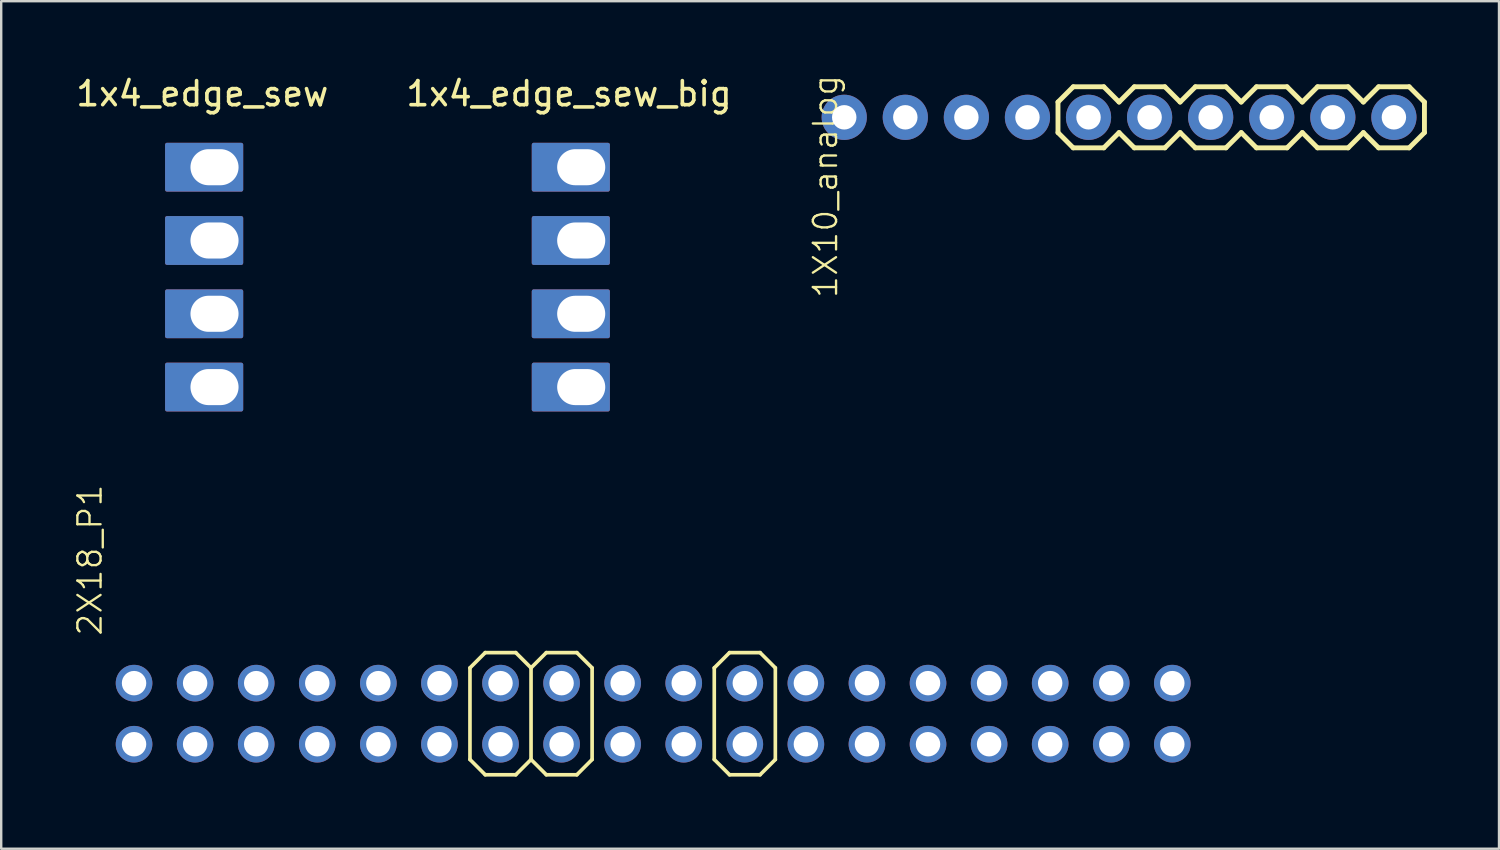
<source format=kicad_pcb>
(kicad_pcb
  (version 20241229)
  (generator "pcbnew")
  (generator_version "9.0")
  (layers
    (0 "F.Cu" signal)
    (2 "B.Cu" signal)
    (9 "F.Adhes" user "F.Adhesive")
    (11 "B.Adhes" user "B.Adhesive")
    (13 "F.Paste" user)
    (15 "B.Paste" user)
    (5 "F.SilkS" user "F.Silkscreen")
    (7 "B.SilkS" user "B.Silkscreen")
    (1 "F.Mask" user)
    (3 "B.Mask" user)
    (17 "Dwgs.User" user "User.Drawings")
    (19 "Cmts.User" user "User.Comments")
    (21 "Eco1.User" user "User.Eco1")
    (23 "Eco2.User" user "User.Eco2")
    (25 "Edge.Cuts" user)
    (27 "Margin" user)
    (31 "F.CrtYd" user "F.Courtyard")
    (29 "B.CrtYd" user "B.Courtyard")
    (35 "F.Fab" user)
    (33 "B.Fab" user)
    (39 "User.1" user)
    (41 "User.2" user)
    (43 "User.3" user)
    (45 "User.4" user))
  (footprint "1x4_edge_sew_big"
    (layer "F.Cu")
    (at 20.613 0.348)
    (property "Reference" "1x4_edge_sew_big" (at 0 0.5 0) (layer "F.SilkS") (effects (font (size 1 1) (thickness 0.15))))
    (attr through_hole)
    (pad "1" thru_hole custom (at 0.508 3.556) (size 2 2) (drill oval 2 1.5) (layers "*.Cu" "*.Mask") (options (anchor circle)) (primitives (gr_poly (pts (xy -1.981 -0.94) (xy -1.981 0.94) (xy 1.118 0.94) (xy 1.118 -0.94)) (width 0.15) (fill yes))))
    (pad "2" thru_hole custom (at 0.508 6.604) (size 2 2) (drill oval 2 1.5) (layers "*.Cu" "*.Mask") (options (anchor circle)) (primitives (gr_poly (pts (xy -1.981 -0.94) (xy -1.981 0.94) (xy 1.118 0.94) (xy 1.118 -0.94)) (width 0.15) (fill yes))))
    (pad "3" thru_hole custom (at 0.508 9.652) (size 2 2) (drill oval 2 1.5) (layers "*.Cu" "*.Mask") (options (anchor circle)) (primitives (gr_poly (pts (xy -1.981 -0.94) (xy -1.981 0.94) (xy 1.118 0.94) (xy 1.118 -0.94)) (width 0.15) (fill yes))))
    (pad "4" thru_hole custom (at 0.508 12.7) (size 2 2) (drill oval 2 1.5) (layers "*.Cu" "*.Mask") (options (anchor circle)) (primitives (gr_poly (pts (xy -1.981 -0.94) (xy -1.981 0.94) (xy 1.118 0.94) (xy 1.118 -0.94)) (width 0.15) (fill yes)))))
  (footprint "1X10_analog"
    (layer "F.Cu")
    (at 32.06 1.829)
    (property "Reference" "1X10_analog" (at -1.346 -1.829 270) (layer "F.SilkS") (effects (font (size 0.965 0.965) (thickness 0.097)) (justify right top)))
    (attr through_hole)
    (fp_line (start 8.89 -0.635) (end 8.89 0.635) (stroke (width 0.203) (type solid)) (layer "F.SilkS"))
    (fp_line (start 8.89 -0.635) (end 9.525 -1.27) (stroke (width 0.203) (type solid)) (layer "F.SilkS"))
    (fp_line (start 9.525 -1.27) (end 10.795 -1.27) (stroke (width 0.203) (type solid)) (layer "F.SilkS"))
    (fp_line (start 9.525 1.27) (end 8.89 0.635) (stroke (width 0.203) (type solid)) (layer "F.SilkS"))
    (fp_line (start 10.795 -1.27) (end 11.43 -0.635) (stroke (width 0.203) (type solid)) (layer "F.SilkS"))
    (fp_line (start 10.795 1.27) (end 9.525 1.27) (stroke (width 0.203) (type solid)) (layer "F.SilkS"))
    (fp_line (start 11.43 -0.635) (end 12.065 -1.27) (stroke (width 0.203) (type solid)) (layer "F.SilkS"))
    (fp_line (start 11.43 0.635) (end 10.795 1.27) (stroke (width 0.203) (type solid)) (layer "F.SilkS"))
    (fp_line (start 12.065 -1.27) (end 13.335 -1.27) (stroke (width 0.203) (type solid)) (layer "F.SilkS"))
    (fp_line (start 12.065 1.27) (end 11.43 0.635) (stroke (width 0.203) (type solid)) (layer "F.SilkS"))
    (fp_line (start 13.335 -1.27) (end 13.97 -0.635) (stroke (width 0.203) (type solid)) (layer "F.SilkS"))
    (fp_line (start 13.335 1.27) (end 12.065 1.27) (stroke (width 0.203) (type solid)) (layer "F.SilkS"))
    (fp_line (start 13.97 0.635) (end 13.335 1.27) (stroke (width 0.203) (type solid)) (layer "F.SilkS"))
    (fp_line (start 13.97 0.635) (end 14.605 1.27) (stroke (width 0.203) (type solid)) (layer "F.SilkS"))
    (fp_line (start 14.605 -1.27) (end 13.97 -0.635) (stroke (width 0.203) (type solid)) (layer "F.SilkS"))
    (fp_line (start 14.605 -1.27) (end 15.875 -1.27) (stroke (width 0.203) (type solid)) (layer "F.SilkS"))
    (fp_line (start 15.875 -1.27) (end 16.51 -0.635) (stroke (width 0.203) (type solid)) (layer "F.SilkS"))
    (fp_line (start 15.875 1.27) (end 14.605 1.27) (stroke (width 0.203) (type solid)) (layer "F.SilkS"))
    (fp_line (start 16.51 0.635) (end 15.875 1.27) (stroke (width 0.203) (type solid)) (layer "F.SilkS"))
    (fp_line (start 16.51 0.635) (end 17.145 1.27) (stroke (width 0.203) (type solid)) (layer "F.SilkS"))
    (fp_line (start 17.145 -1.27) (end 16.51 -0.635) (stroke (width 0.203) (type solid)) (layer "F.SilkS"))
    (fp_line (start 17.145 -1.27) (end 18.415 -1.27) (stroke (width 0.203) (type solid)) (layer "F.SilkS"))
    (fp_line (start 18.415 -1.27) (end 19.05 -0.635) (stroke (width 0.203) (type solid)) (layer "F.SilkS"))
    (fp_line (start 18.415 1.27) (end 17.145 1.27) (stroke (width 0.203) (type solid)) (layer "F.SilkS"))
    (fp_line (start 19.05 0.635) (end 18.415 1.27) (stroke (width 0.203) (type solid)) (layer "F.SilkS"))
    (fp_line (start 19.05 0.635) (end 19.685 1.27) (stroke (width 0.203) (type solid)) (layer "F.SilkS"))
    (fp_line (start 19.685 -1.27) (end 19.05 -0.635) (stroke (width 0.203) (type solid)) (layer "F.SilkS"))
    (fp_line (start 19.685 -1.27) (end 20.955 -1.27) (stroke (width 0.203) (type solid)) (layer "F.SilkS"))
    (fp_line (start 20.955 -1.27) (end 21.59 -0.635) (stroke (width 0.203) (type solid)) (layer "F.SilkS"))
    (fp_line (start 20.955 1.27) (end 19.685 1.27) (stroke (width 0.203) (type solid)) (layer "F.SilkS"))
    (fp_line (start 21.59 0.635) (end 20.955 1.27) (stroke (width 0.203) (type solid)) (layer "F.SilkS"))
    (fp_line (start 21.59 0.635) (end 22.225 1.27) (stroke (width 0.203) (type solid)) (layer "F.SilkS"))
    (fp_line (start 22.225 -1.27) (end 21.59 -0.635) (stroke (width 0.203) (type solid)) (layer "F.SilkS"))
    (fp_line (start 22.225 -1.27) (end 23.495 -1.27) (stroke (width 0.203) (type solid)) (layer "F.SilkS"))
    (fp_line (start 23.495 -1.27) (end 24.13 -0.635) (stroke (width 0.203) (type solid)) (layer "F.SilkS"))
    (fp_line (start 23.495 1.27) (end 22.225 1.27) (stroke (width 0.203) (type solid)) (layer "F.SilkS"))
    (fp_line (start 24.13 -0.635) (end 24.13 0.635) (stroke (width 0.203) (type solid)) (layer "F.SilkS"))
    (fp_line (start 24.13 0.635) (end 23.495 1.27) (stroke (width 0.203) (type solid)) (layer "F.SilkS"))
    (fp_poly (pts (xy 9.906 0.254) (xy 10.414 0.254) (xy 10.414 -0.254) (xy 9.906 -0.254)) (stroke (width 0.1) (type solid)) (fill no) (layer "F.Fab"))
    (fp_poly (pts (xy 12.446 0.254) (xy 12.954 0.254) (xy 12.954 -0.254) (xy 12.446 -0.254)) (stroke (width 0.1) (type solid)) (fill no) (layer "F.Fab"))
    (fp_poly (pts (xy 14.986 0.254) (xy 15.494 0.254) (xy 15.494 -0.254) (xy 14.986 -0.254)) (stroke (width 0.1) (type solid)) (fill no) (layer "F.Fab"))
    (fp_poly (pts (xy 17.526 0.254) (xy 18.034 0.254) (xy 18.034 -0.254) (xy 17.526 -0.254)) (stroke (width 0.1) (type solid)) (fill no) (layer "F.Fab"))
    (fp_poly (pts (xy 20.066 0.254) (xy 20.574 0.254) (xy 20.574 -0.254) (xy 20.066 -0.254)) (stroke (width 0.1) (type solid)) (fill no) (layer "F.Fab"))
    (fp_poly (pts (xy 22.606 0.254) (xy 23.114 0.254) (xy 23.114 -0.254) (xy 22.606 -0.254)) (stroke (width 0.1) (type solid)) (fill no) (layer "F.Fab"))
    (pad "1" thru_hole circle (at 0 0 90) (size 1.88 1.88) (drill 1.016) (layers "*.Cu" "*.Mask"))
    (pad "2" thru_hole circle (at 2.54 0 90) (size 1.88 1.88) (drill 1.016) (layers "*.Cu" "*.Mask"))
    (pad "3" thru_hole circle (at 5.08 0 90) (size 1.88 1.88) (drill 1.016) (layers "*.Cu" "*.Mask"))
    (pad "4" thru_hole circle (at 7.62 0 90) (size 1.88 1.88) (drill 1.016) (layers "*.Cu" "*.Mask"))
    (pad "5" thru_hole circle (at 10.16 0 90) (size 1.88 1.88) (drill 1.016) (layers "*.Cu" "*.Mask"))
    (pad "6" thru_hole circle (at 12.7 0 90) (size 1.88 1.88) (drill 1.016) (layers "*.Cu" "*.Mask"))
    (pad "7" thru_hole circle (at 15.24 0 90) (size 1.88 1.88) (drill 1.016) (layers "*.Cu" "*.Mask"))
    (pad "8" thru_hole circle (at 17.78 0 90) (size 1.88 1.88) (drill 1.016) (layers "*.Cu" "*.Mask"))
    (pad "9" thru_hole circle (at 20.32 0 90) (size 1.88 1.88) (drill 1.016) (layers "*.Cu" "*.Mask"))
    (pad "10" thru_hole circle (at 22.86 0 90) (size 1.88 1.88) (drill 1.016) (layers "*.Cu" "*.Mask")))
  (footprint "1x4_edge_sew"
    (layer "F.Cu")
    (at 5.363 0.348)
    (property "Reference" "1x4_edge_sew" (at 0 0.5 0) (layer "F.SilkS") (effects (font (size 1 1) (thickness 0.15))))
    (attr through_hole)
    (pad "1" thru_hole custom (at 0.508 3.556) (size 2 2) (drill oval 2 1.5) (layers "*.Cu" "*.Mask") (options (anchor circle)) (primitives (gr_poly (pts (xy -1.981 -0.94) (xy -1.981 0.94) (xy 1.118 0.94) (xy 1.118 -0.94)) (width 0.15) (fill yes))))
    (pad "2" thru_hole custom (at 0.508 6.604) (size 2 2) (drill oval 2 1.5) (layers "*.Cu" "*.Mask") (options (anchor circle)) (primitives (gr_poly (pts (xy -1.981 -0.94) (xy -1.981 0.94) (xy 1.118 0.94) (xy 1.118 -0.94)) (width 0.15) (fill yes))))
    (pad "3" thru_hole custom (at 0.508 9.652) (size 2 2) (drill oval 2 1.5) (layers "*.Cu" "*.Mask") (options (anchor circle)) (primitives (gr_poly (pts (xy -1.981 -0.94) (xy -1.981 0.94) (xy 1.118 0.94) (xy 1.118 -0.94)) (width 0.15) (fill yes))))
    (pad "4" thru_hole custom (at 0.508 12.7) (size 2 2) (drill oval 2 1.5) (layers "*.Cu" "*.Mask") (options (anchor circle)) (primitives (gr_poly (pts (xy -1.981 -0.94) (xy -1.981 0.94) (xy 1.118 0.94) (xy 1.118 -0.94)) (width 0.15) (fill yes)))))
  (footprint "2X18_P1"
    (layer "F.Cu")
    (at 24.115 26.631)
    (property "Reference" "2X18_P1" (at -22.86 -3.175 90) (layer "F.SilkS") (effects (font (size 0.965 0.965) (thickness 0.097)) (justify left bottom)))
    (attr through_hole)
    (fp_line (start -7.62 -1.905) (end -7.62 1.905) (stroke (width 0.152) (type solid)) (layer "F.SilkS"))
    (fp_line (start -7.62 -1.905) (end -6.985 -2.54) (stroke (width 0.152) (type solid)) (layer "F.SilkS"))
    (fp_line (start -7.62 1.905) (end -6.985 2.54) (stroke (width 0.152) (type solid)) (layer "F.SilkS"))
    (fp_line (start -6.985 -2.54) (end -5.715 -2.54) (stroke (width 0.152) (type solid)) (layer "F.SilkS"))
    (fp_line (start -5.715 -2.54) (end -5.08 -1.905) (stroke (width 0.152) (type solid)) (layer "F.SilkS"))
    (fp_line (start -5.715 2.54) (end -6.985 2.54) (stroke (width 0.152) (type solid)) (layer "F.SilkS"))
    (fp_line (start -5.08 -1.905) (end -5.08 1.905) (stroke (width 0.152) (type solid)) (layer "F.SilkS"))
    (fp_line (start -5.08 -1.905) (end -4.445 -2.54) (stroke (width 0.152) (type solid)) (layer "F.SilkS"))
    (fp_line (start -5.08 1.905) (end -5.715 2.54) (stroke (width 0.152) (type solid)) (layer "F.SilkS"))
    (fp_line (start -5.08 1.905) (end -4.445 2.54) (stroke (width 0.152) (type solid)) (layer "F.SilkS"))
    (fp_line (start -4.445 -2.54) (end -3.175 -2.54) (stroke (width 0.152) (type solid)) (layer "F.SilkS"))
    (fp_line (start -3.175 -2.54) (end -2.54 -1.905) (stroke (width 0.152) (type solid)) (layer "F.SilkS"))
    (fp_line (start -3.175 2.54) (end -4.445 2.54) (stroke (width 0.152) (type solid)) (layer "F.SilkS"))
    (fp_line (start -2.54 -1.905) (end -2.54 1.905) (stroke (width 0.152) (type solid)) (layer "F.SilkS"))
    (fp_line (start -2.54 1.905) (end -3.175 2.54) (stroke (width 0.152) (type solid)) (layer "F.SilkS"))
    (fp_line (start 2.54 -1.905) (end 2.54 1.905) (stroke (width 0.152) (type solid)) (layer "F.SilkS"))
    (fp_line (start 2.54 -1.905) (end 3.175 -2.54) (stroke (width 0.152) (type solid)) (layer "F.SilkS"))
    (fp_line (start 2.54 1.905) (end 3.175 2.54) (stroke (width 0.152) (type solid)) (layer "F.SilkS"))
    (fp_line (start 3.175 -2.54) (end 4.445 -2.54) (stroke (width 0.152) (type solid)) (layer "F.SilkS"))
    (fp_line (start 4.445 -2.54) (end 5.08 -1.905) (stroke (width 0.152) (type solid)) (layer "F.SilkS"))
    (fp_line (start 4.445 2.54) (end 3.175 2.54) (stroke (width 0.152) (type solid)) (layer "F.SilkS"))
    (fp_line (start 5.08 -1.905) (end 5.08 1.905) (stroke (width 0.152) (type solid)) (layer "F.SilkS"))
    (fp_line (start 5.08 1.905) (end 4.445 2.54) (stroke (width 0.152) (type solid)) (layer "F.SilkS"))
    (fp_poly (pts (xy -6.604 -1.016) (xy -6.096 -1.016) (xy -6.096 -1.524) (xy -6.604 -1.524)) (stroke (width 0.1) (type solid)) (fill no) (layer "F.Fab"))
    (fp_poly (pts (xy -6.604 1.524) (xy -6.096 1.524) (xy -6.096 1.016) (xy -6.604 1.016)) (stroke (width 0.1) (type solid)) (fill no) (layer "F.Fab"))
    (fp_poly (pts (xy -4.064 -1.016) (xy -3.556 -1.016) (xy -3.556 -1.524) (xy -4.064 -1.524)) (stroke (width 0.1) (type solid)) (fill no) (layer "F.Fab"))
    (fp_poly (pts (xy -4.064 1.524) (xy -3.556 1.524) (xy -3.556 1.016) (xy -4.064 1.016)) (stroke (width 0.1) (type solid)) (fill no) (layer "F.Fab"))
    (fp_poly (pts (xy 3.556 -1.016) (xy 4.064 -1.016) (xy 4.064 -1.524) (xy 3.556 -1.524)) (stroke (width 0.1) (type solid)) (fill no) (layer "F.Fab"))
    (fp_poly (pts (xy 3.556 1.524) (xy 4.064 1.524) (xy 4.064 1.016) (xy 3.556 1.016)) (stroke (width 0.1) (type solid)) (fill no) (layer "F.Fab"))
    (pad "1" thru_hole circle (at -21.59 1.27) (size 1.524 1.524) (drill 1.016) (layers "*.Cu" "*.Mask"))
    (pad "2" thru_hole circle (at -21.59 -1.27) (size 1.524 1.524) (drill 1.016) (layers "*.Cu" "*.Mask"))
    (pad "3" thru_hole circle (at -19.05 1.27) (size 1.524 1.524) (drill 1.016) (layers "*.Cu" "*.Mask"))
    (pad "4" thru_hole circle (at -19.05 -1.27) (size 1.524 1.524) (drill 1.016) (layers "*.Cu" "*.Mask"))
    (pad "5" thru_hole circle (at -16.51 1.27) (size 1.524 1.524) (drill 1.016) (layers "*.Cu" "*.Mask"))
    (pad "6" thru_hole circle (at -16.51 -1.27) (size 1.524 1.524) (drill 1.016) (layers "*.Cu" "*.Mask"))
    (pad "7" thru_hole circle (at -13.97 1.27) (size 1.524 1.524) (drill 1.016) (layers "*.Cu" "*.Mask"))
    (pad "8" thru_hole circle (at -13.97 -1.27) (size 1.524 1.524) (drill 1.016) (layers "*.Cu" "*.Mask"))
    (pad "9" thru_hole circle (at -11.43 1.27) (size 1.524 1.524) (drill 1.016) (layers "*.Cu" "*.Mask"))
    (pad "10" thru_hole circle (at -11.43 -1.27) (size 1.524 1.524) (drill 1.016) (layers "*.Cu" "*.Mask"))
    (pad "11" thru_hole circle (at -8.89 1.27) (size 1.524 1.524) (drill 1.016) (layers "*.Cu" "*.Mask"))
    (pad "12" thru_hole circle (at -8.89 -1.27) (size 1.524 1.524) (drill 1.016) (layers "*.Cu" "*.Mask"))
    (pad "13" thru_hole circle (at -6.35 1.27) (size 1.524 1.524) (drill 1.016) (layers "*.Cu" "*.Mask"))
    (pad "14" thru_hole circle (at -6.35 -1.27) (size 1.524 1.524) (drill 1.016) (layers "*.Cu" "*.Mask"))
    (pad "15" thru_hole circle (at -3.81 1.27) (size 1.524 1.524) (drill 1.016) (layers "*.Cu" "*.Mask"))
    (pad "16" thru_hole circle (at -3.81 -1.27) (size 1.524 1.524) (drill 1.016) (layers "*.Cu" "*.Mask"))
    (pad "17" thru_hole circle (at -1.27 1.27) (size 1.524 1.524) (drill 1.016) (layers "*.Cu" "*.Mask"))
    (pad "18" thru_hole circle (at -1.27 -1.27) (size 1.524 1.524) (drill 1.016) (layers "*.Cu" "*.Mask"))
    (pad "19" thru_hole circle (at 1.27 1.27) (size 1.524 1.524) (drill 1.016) (layers "*.Cu" "*.Mask"))
    (pad "20" thru_hole circle (at 1.27 -1.27) (size 1.524 1.524) (drill 1.016) (layers "*.Cu" "*.Mask"))
    (pad "21" thru_hole circle (at 3.81 1.27) (size 1.524 1.524) (drill 1.016) (layers "*.Cu" "*.Mask"))
    (pad "22" thru_hole circle (at 3.81 -1.27) (size 1.524 1.524) (drill 1.016) (layers "*.Cu" "*.Mask"))
    (pad "23" thru_hole circle (at 6.35 1.27) (size 1.524 1.524) (drill 1.016) (layers "*.Cu" "*.Mask"))
    (pad "24" thru_hole circle (at 6.35 -1.27) (size 1.524 1.524) (drill 1.016) (layers "*.Cu" "*.Mask"))
    (pad "25" thru_hole circle (at 8.89 1.27) (size 1.524 1.524) (drill 1.016) (layers "*.Cu" "*.Mask"))
    (pad "26" thru_hole circle (at 8.89 -1.27) (size 1.524 1.524) (drill 1.016) (layers "*.Cu" "*.Mask"))
    (pad "27" thru_hole circle (at 11.43 1.27) (size 1.524 1.524) (drill 1.016) (layers "*.Cu" "*.Mask"))
    (pad "28" thru_hole circle (at 11.43 -1.27) (size 1.524 1.524) (drill 1.016) (layers "*.Cu" "*.Mask"))
    (pad "29" thru_hole circle (at 13.97 1.27) (size 1.524 1.524) (drill 1.016) (layers "*.Cu" "*.Mask"))
    (pad "30" thru_hole circle (at 13.97 -1.27) (size 1.524 1.524) (drill 1.016) (layers "*.Cu" "*.Mask"))
    (pad "31" thru_hole circle (at 16.51 1.27) (size 1.524 1.524) (drill 1.016) (layers "*.Cu" "*.Mask"))
    (pad "32" thru_hole circle (at 16.51 -1.27) (size 1.524 1.524) (drill 1.016) (layers "*.Cu" "*.Mask"))
    (pad "33" thru_hole circle (at 19.05 1.27) (size 1.524 1.524) (drill 1.016) (layers "*.Cu" "*.Mask"))
    (pad "34" thru_hole circle (at 19.05 -1.27) (size 1.524 1.524) (drill 1.016) (layers "*.Cu" "*.Mask"))
    (pad "35" thru_hole circle (at 21.59 1.27) (size 1.524 1.524) (drill 1.016) (layers "*.Cu" "*.Mask"))
    (pad "36" thru_hole circle (at 21.59 -1.27) (size 1.524 1.524) (drill 1.016) (layers "*.Cu" "*.Mask")))
  (gr_rect
    (start -3 -3)
    (end 59.291 32.248)
    (stroke (width 0.1) (type default))
    (fill no)
    (layer "Edge.Cuts")))
</source>
